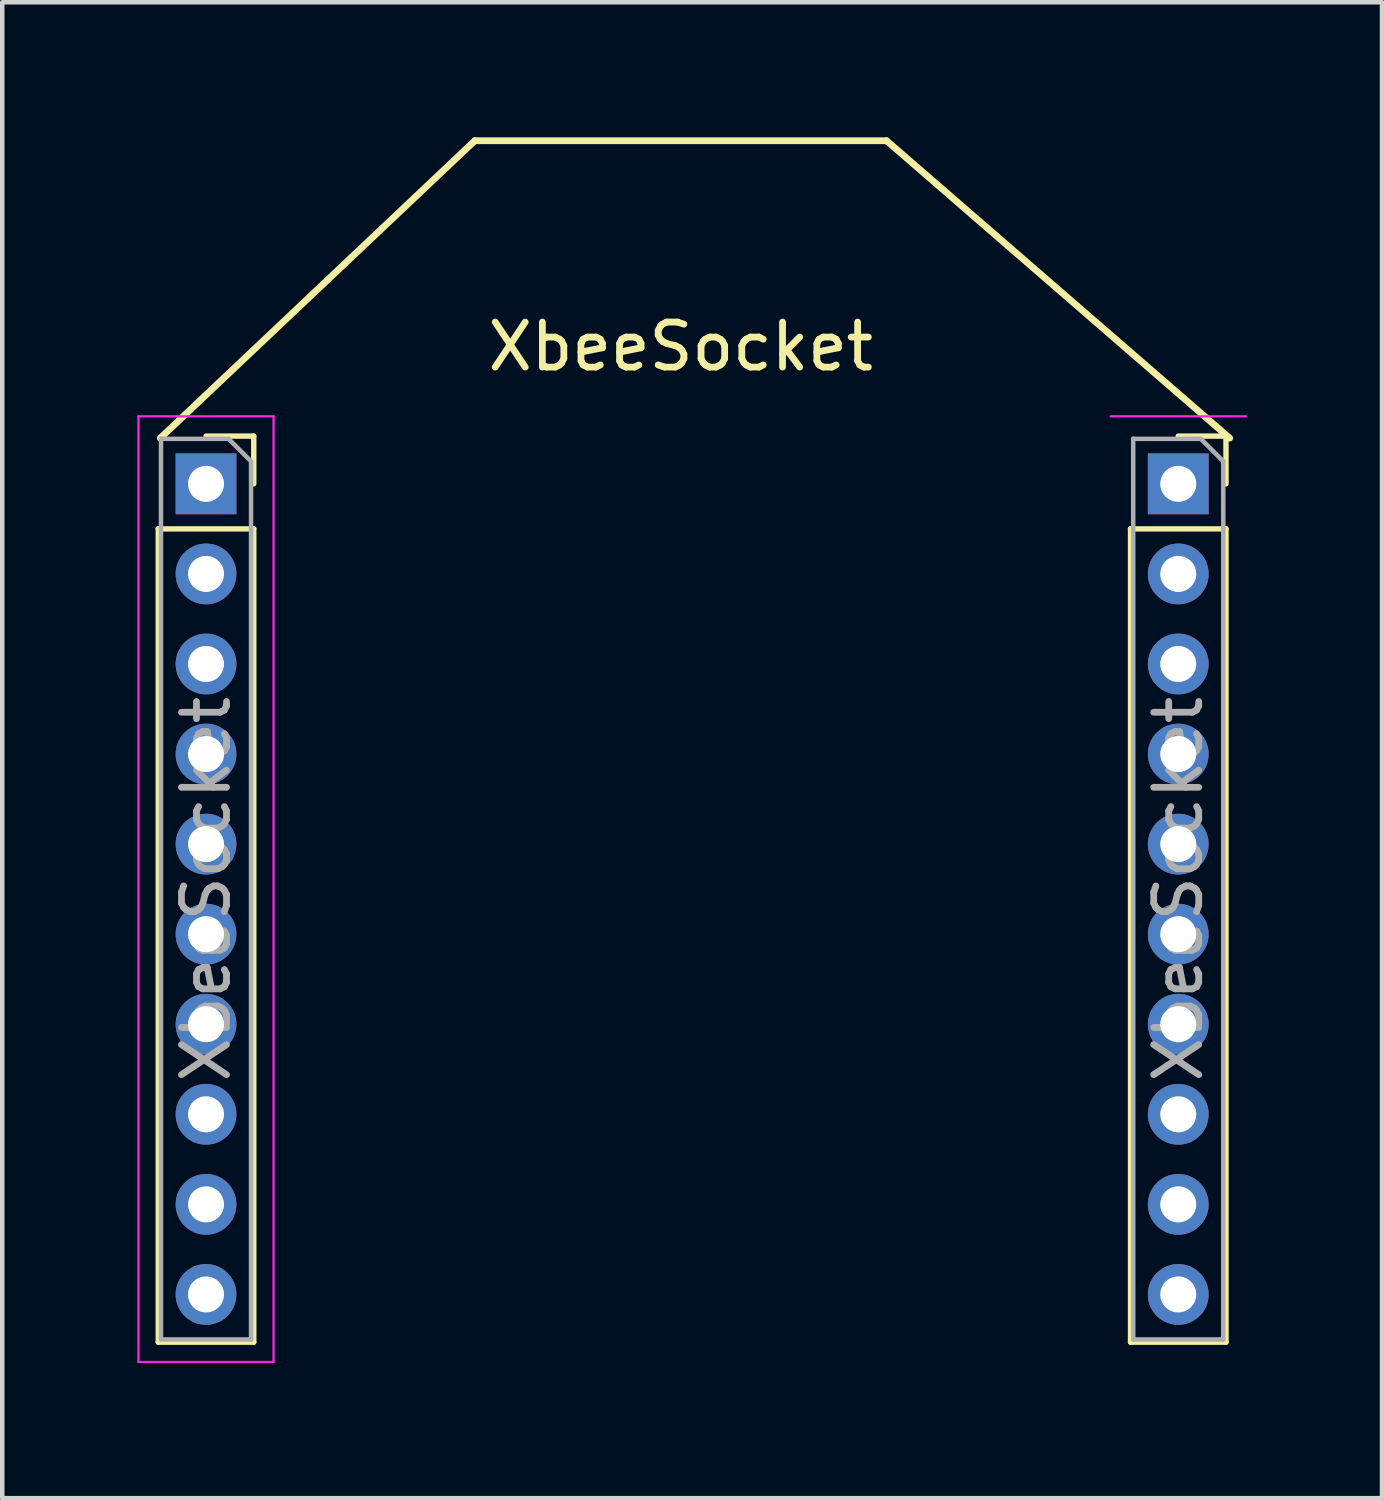
<source format=kicad_pcb>
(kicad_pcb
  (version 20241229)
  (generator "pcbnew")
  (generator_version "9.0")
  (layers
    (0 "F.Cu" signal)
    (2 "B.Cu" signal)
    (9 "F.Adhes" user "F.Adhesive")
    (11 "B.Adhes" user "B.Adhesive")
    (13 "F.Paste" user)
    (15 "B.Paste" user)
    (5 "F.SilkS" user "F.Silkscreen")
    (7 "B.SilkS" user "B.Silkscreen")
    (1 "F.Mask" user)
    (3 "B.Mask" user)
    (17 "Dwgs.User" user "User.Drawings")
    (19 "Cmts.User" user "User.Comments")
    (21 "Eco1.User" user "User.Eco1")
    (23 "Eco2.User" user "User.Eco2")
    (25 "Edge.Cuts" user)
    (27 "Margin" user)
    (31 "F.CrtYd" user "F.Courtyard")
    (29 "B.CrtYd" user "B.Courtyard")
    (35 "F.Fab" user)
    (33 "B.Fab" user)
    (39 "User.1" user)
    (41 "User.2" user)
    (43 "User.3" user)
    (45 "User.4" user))
  (footprint "XbeeSocket"
    (layer "F.Cu")
    (at 1.525 7.695)
    (property "Reference" "XbeeSocket" (at 10.541 -3.048 0) (layer "F.SilkS") (effects (font (size 1 1) (thickness 0.15))))
    (attr through_hole)
    (fp_line (start -1.06 1) (end -1.06 19.06) (stroke (width 0.12) (type solid)) (layer "F.SilkS"))
    (fp_line (start -1.06 1) (end 1.06 1) (stroke (width 0.12) (type solid)) (layer "F.SilkS"))
    (fp_line (start -1.06 19.06) (end 1.06 19.06) (stroke (width 0.12) (type solid)) (layer "F.SilkS"))
    (fp_line (start -1.016 -1.016) (end 5.969 -7.62) (stroke (width 0.15) (type solid)) (layer "F.SilkS"))
    (fp_line (start 0 -1.06) (end 1.06 -1.06) (stroke (width 0.12) (type solid)) (layer "F.SilkS"))
    (fp_line (start 1.06 -1.06) (end 1.06 0) (stroke (width 0.12) (type solid)) (layer "F.SilkS"))
    (fp_line (start 1.06 1) (end 1.06 19.06) (stroke (width 0.12) (type solid)) (layer "F.SilkS"))
    (fp_line (start 15.113 -7.62) (end 5.969 -7.62) (stroke (width 0.15) (type solid)) (layer "F.SilkS"))
    (fp_line (start 15.113 -7.62) (end 22.733 -1.016) (stroke (width 0.15) (type solid)) (layer "F.SilkS"))
    (fp_line (start 20.53 1) (end 20.53 19.06) (stroke (width 0.12) (type solid)) (layer "F.SilkS"))
    (fp_line (start 20.53 1) (end 22.65 1) (stroke (width 0.12) (type solid)) (layer "F.SilkS"))
    (fp_line (start 20.53 19.06) (end 22.65 19.06) (stroke (width 0.12) (type solid)) (layer "F.SilkS"))
    (fp_line (start 21.59 -1.06) (end 22.65 -1.06) (stroke (width 0.12) (type solid)) (layer "F.SilkS"))
    (fp_line (start 22.65 -1.06) (end 22.65 0) (stroke (width 0.12) (type solid)) (layer "F.SilkS"))
    (fp_line (start 22.65 1) (end 22.65 19.06) (stroke (width 0.12) (type solid)) (layer "F.SilkS"))
    (fp_line (start -1.5 -1.5) (end 1.5 -1.5) (stroke (width 0.05) (type solid)) (layer "F.CrtYd"))
    (fp_line (start -1.5 19.5) (end -1.5 -1.5) (stroke (width 0.05) (type solid)) (layer "F.CrtYd"))
    (fp_line (start 1.5 -1.5) (end 1.5 19.5) (stroke (width 0.05) (type solid)) (layer "F.CrtYd"))
    (fp_line (start 1.5 19.5) (end -1.5 19.5) (stroke (width 0.05) (type solid)) (layer "F.CrtYd"))
    (fp_line (start 20.09 -1.5) (end 23.09 -1.5) (stroke (width 0.05) (type solid)) (layer "F.CrtYd"))
    (fp_line (start -1 -1) (end 0.5 -1) (stroke (width 0.1) (type solid)) (layer "F.Fab"))
    (fp_line (start -1 19) (end -1 -1) (stroke (width 0.1) (type solid)) (layer "F.Fab"))
    (fp_line (start 0.5 -1) (end 1 -0.5) (stroke (width 0.1) (type solid)) (layer "F.Fab"))
    (fp_line (start 1 -0.5) (end 1 19) (stroke (width 0.1) (type solid)) (layer "F.Fab"))
    (fp_line (start 1 19) (end -1 19) (stroke (width 0.1) (type solid)) (layer "F.Fab"))
    (fp_line (start 20.59 -1) (end 22.09 -1) (stroke (width 0.1) (type solid)) (layer "F.Fab"))
    (fp_line (start 20.59 19) (end 20.59 -1) (stroke (width 0.1) (type solid)) (layer "F.Fab"))
    (fp_line (start 22.09 -1) (end 22.59 -0.5) (stroke (width 0.1) (type solid)) (layer "F.Fab"))
    (fp_line (start 22.59 -0.5) (end 22.59 19) (stroke (width 0.1) (type solid)) (layer "F.Fab"))
    (fp_line (start 22.59 19) (end 20.59 19) (stroke (width 0.1) (type solid)) (layer "F.Fab"))
    (fp_text user "${REFERENCE}" (at 21.59 9 90) (layer "F.Fab") (effects (font (size 1 1) (thickness 0.15))))
    (fp_text user "${REFERENCE}" (at 0 9 90) (layer "F.Fab") (effects (font (size 1 1) (thickness 0.15))))
    (pad "1" thru_hole rect (at 0 0) (size 1.35 1.35) (drill 0.8) (layers "*.Cu" "*.Mask"))
    (pad "2" thru_hole oval (at 0 2) (size 1.35 1.35) (drill 0.8) (layers "*.Cu" "*.Mask"))
    (pad "3" thru_hole oval (at 0 4) (size 1.35 1.35) (drill 0.8) (layers "*.Cu" "*.Mask"))
    (pad "4" thru_hole oval (at 0 6) (size 1.35 1.35) (drill 0.8) (layers "*.Cu" "*.Mask"))
    (pad "5" thru_hole oval (at 0 8) (size 1.35 1.35) (drill 0.8) (layers "*.Cu" "*.Mask"))
    (pad "6" thru_hole oval (at 0 10) (size 1.35 1.35) (drill 0.8) (layers "*.Cu" "*.Mask"))
    (pad "7" thru_hole oval (at 0 12) (size 1.35 1.35) (drill 0.8) (layers "*.Cu" "*.Mask"))
    (pad "8" thru_hole oval (at 0 14) (size 1.35 1.35) (drill 0.8) (layers "*.Cu" "*.Mask"))
    (pad "9" thru_hole oval (at 0 16) (size 1.35 1.35) (drill 0.8) (layers "*.Cu" "*.Mask"))
    (pad "10" thru_hole oval (at 0 18) (size 1.35 1.35) (drill 0.8) (layers "*.Cu" "*.Mask"))
    (pad "11" thru_hole rect (at 21.59 0) (size 1.35 1.35) (drill 0.8) (layers "*.Cu" "*.Mask"))
    (pad "12" thru_hole oval (at 21.59 2) (size 1.35 1.35) (drill 0.8) (layers "*.Cu" "*.Mask"))
    (pad "13" thru_hole oval (at 21.59 4) (size 1.35 1.35) (drill 0.8) (layers "*.Cu" "*.Mask"))
    (pad "14" thru_hole oval (at 21.59 6) (size 1.35 1.35) (drill 0.8) (layers "*.Cu" "*.Mask"))
    (pad "15" thru_hole oval (at 21.59 8) (size 1.35 1.35) (drill 0.8) (layers "*.Cu" "*.Mask"))
    (pad "16" thru_hole oval (at 21.59 10) (size 1.35 1.35) (drill 0.8) (layers "*.Cu" "*.Mask"))
    (pad "17" thru_hole oval (at 21.59 12) (size 1.35 1.35) (drill 0.8) (layers "*.Cu" "*.Mask"))
    (pad "18" thru_hole oval (at 21.59 14) (size 1.35 1.35) (drill 0.8) (layers "*.Cu" "*.Mask"))
    (pad "19" thru_hole oval (at 21.59 16) (size 1.35 1.35) (drill 0.8) (layers "*.Cu" "*.Mask"))
    (pad "20" thru_hole oval (at 21.59 18) (size 1.35 1.35) (drill 0.8) (layers "*.Cu" "*.Mask")))
  (gr_rect
    (start -3 -3)
    (end 27.64 30.22)
    (stroke (width 0.1) (type default))
    (fill no)
    (layer "Edge.Cuts")))
</source>
